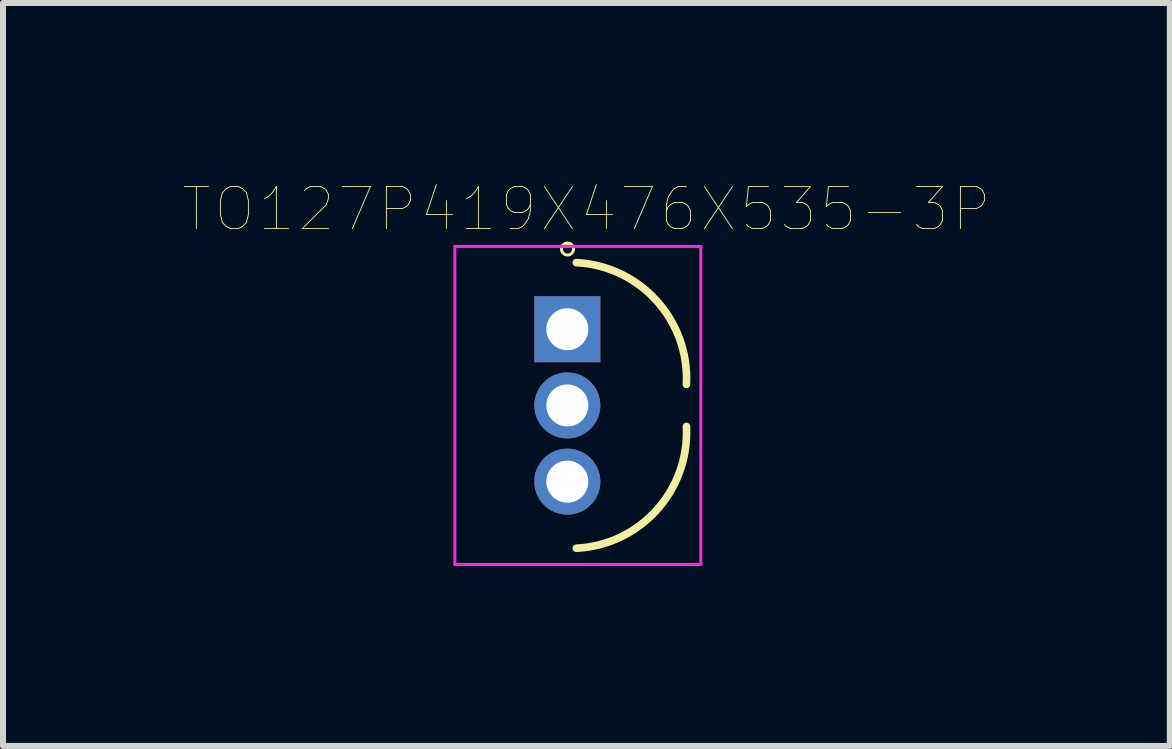
<source format=kicad_pcb>
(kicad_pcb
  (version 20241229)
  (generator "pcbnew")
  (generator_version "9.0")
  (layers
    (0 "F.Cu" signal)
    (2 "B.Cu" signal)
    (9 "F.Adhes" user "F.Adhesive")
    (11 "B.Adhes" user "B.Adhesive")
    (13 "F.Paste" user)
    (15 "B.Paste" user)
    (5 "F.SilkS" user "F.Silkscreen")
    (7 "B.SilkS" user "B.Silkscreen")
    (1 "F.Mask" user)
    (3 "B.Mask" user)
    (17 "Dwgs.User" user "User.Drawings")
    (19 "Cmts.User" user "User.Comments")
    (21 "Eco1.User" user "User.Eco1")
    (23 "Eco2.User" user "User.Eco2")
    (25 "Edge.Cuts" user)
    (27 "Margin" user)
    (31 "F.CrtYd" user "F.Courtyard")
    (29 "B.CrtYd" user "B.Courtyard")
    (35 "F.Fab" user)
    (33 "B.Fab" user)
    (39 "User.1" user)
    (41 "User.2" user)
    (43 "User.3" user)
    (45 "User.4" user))
  (footprint "TO127P419X476X535-3P"
    (layer "F.Cu")
    (at 6.58 3.707)
    (property "Reference" "TO127P419X476X535-3P" (at 0.143 -3.271 0) (layer "F.SilkS") (effects (font (size 0.7 0.7) (thickness 0.015))))
    (attr through_hole)
    (fp_arc (start -0.025 -2.38) (mid 1.312927 -1.745041) (end 1.81 -0.35) (stroke (width 0.127) (type solid)) (layer "F.SilkS"))
    (fp_arc (start 1.81 0.35) (mid 1.312927 1.745041) (end -0.025 2.38) (stroke (width 0.127) (type solid)) (layer "F.SilkS"))
    (fp_circle (center -0.172 -2.607) (end -0.072 -2.607) (stroke (width 0.05) (type solid)) (fill no) (layer "F.SilkS"))
    (fp_poly (pts (xy -0.222 -2.682) (xy -0.122 -2.682) (xy -0.122 -2.634) (xy -0.222 -2.634)) (stroke (width 0.01) (type solid)) (fill yes) (layer "F.SilkS"))
    (fp_line (start -2.05 -2.65) (end 2.05 -2.65) (stroke (width 0.05) (type solid)) (layer "F.CrtYd"))
    (fp_line (start -2.05 2.65) (end -2.05 -2.65) (stroke (width 0.05) (type solid)) (layer "F.CrtYd"))
    (fp_line (start 2.05 -2.65) (end 2.05 2.65) (stroke (width 0.05) (type solid)) (layer "F.CrtYd"))
    (fp_line (start 2.05 2.65) (end -2.05 2.65) (stroke (width 0.05) (type solid)) (layer "F.CrtYd"))
    (pad "1" thru_hole rect (at -0.175 -1.27) (size 1.1 1.1) (drill 0.7) (layers "*.Cu" "*.Mask"))
    (pad "2" thru_hole circle (at -0.175 0) (size 1.1 1.1) (drill 0.7) (layers "*.Cu" "*.Mask"))
    (pad "3" thru_hole circle (at -0.175 1.27) (size 1.1 1.1) (drill 0.7) (layers "*.Cu" "*.Mask")))
  (gr_rect
    (start -3 -3)
    (end 16.446 9.382)
    (stroke (width 0.1) (type default))
    (fill no)
    (layer "Edge.Cuts")))
</source>
